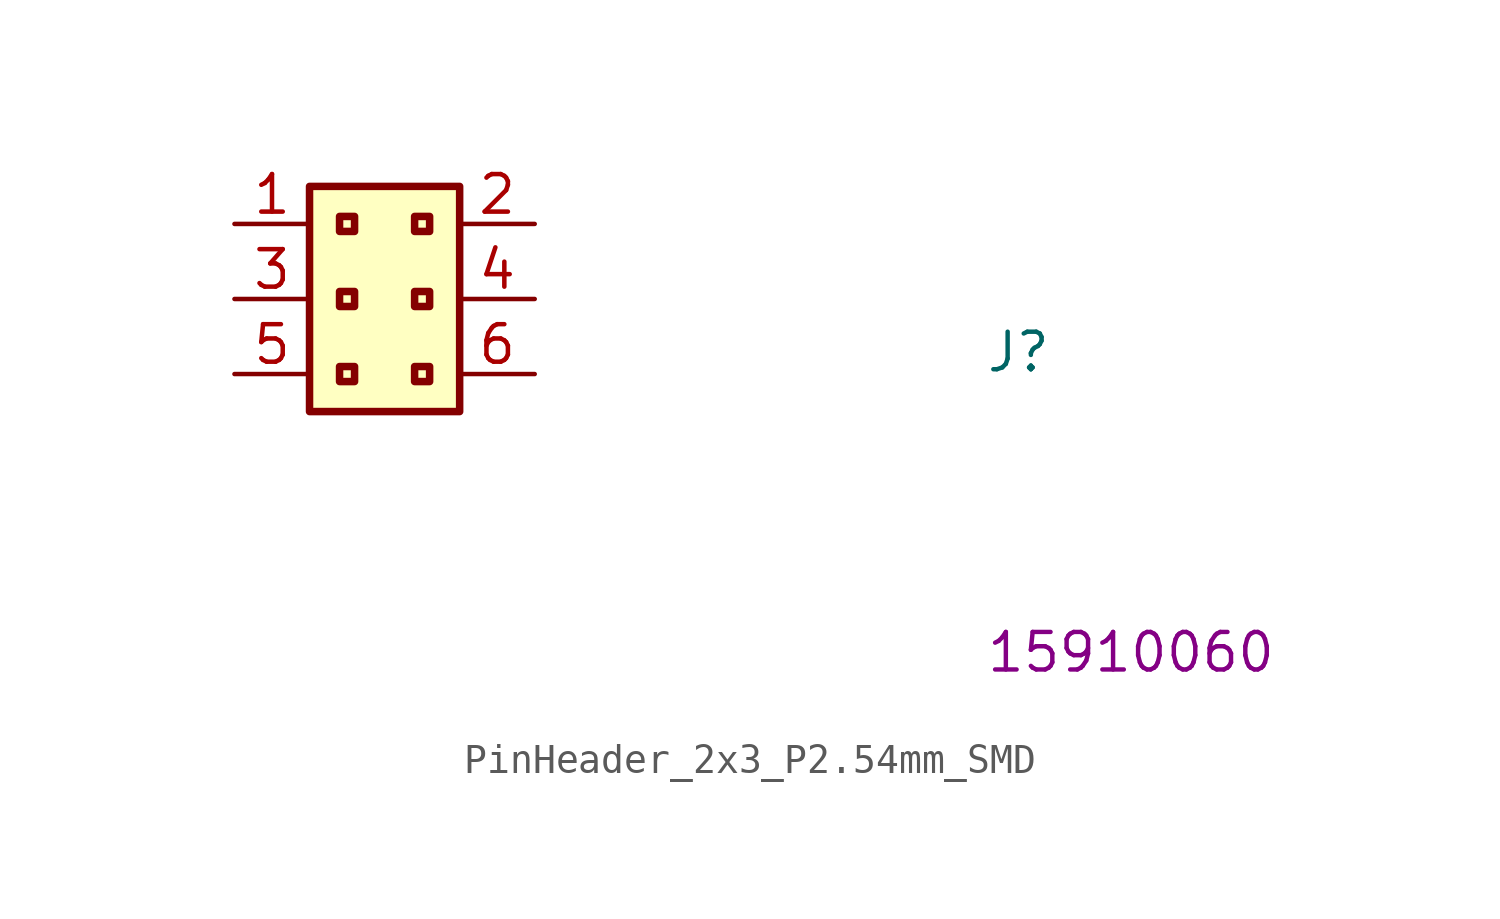
<source format=kicad_sym>
(kicad_symbol_lib
  (version 20220914)
  (generator kicad_symbol_editor)
  (symbol "PinHeader_2x3_P2.54mm_SMD"
    (property "Reference" "J"
      (at 25.4 -5.08 0)
      (effects (font (size 1.27 1.27) (thickness 0.15)) (justify left bottom)))
    (property "MPN" "15910060"
      (at 25.4 -15.24 0)
      (effects (font (size 1.27 1.27) (thickness 0.15)) (justify left bottom)))
    (symbol "PinHeader_2x3_P2.54mm_SMD_1_1"
      (rectangle (start 2.54 1.27) (end 7.62 -6.35) (stroke (width 0.254) (type default)) (fill (type background)))
      (rectangle (start 3.556 -4.826) (end 4.064 -5.334) (stroke (width 0.254) (type default)) (fill (type background)))
      (rectangle (start 3.556 -2.286) (end 4.064 -2.794) (stroke (width 0.254) (type default)) (fill (type background)))
      (rectangle (start 3.556 0.254) (end 4.064 -0.254) (stroke (width 0.254) (type default)) (fill (type background)))
      (rectangle (start 6.096 -4.826) (end 6.604 -5.334) (stroke (width 0.254) (type default)) (fill (type background)))
      (rectangle (start 6.096 -2.286) (end 6.604 -2.794) (stroke (width 0.254) (type default)) (fill (type background)))
      (rectangle (start 6.096 0.254) (end 6.604 -0.254) (stroke (width 0.254) (type default)) (fill (type background)))
      (pin passive line (at 0 0 0) (length 2.54) (name "~" (effects (font (size 1.27 1.27)))) (number "1" (effects (font (size 1.27 1.27)))))
      (pin passive line (at 10.16 0 180) (length 2.54) (name "~" (effects (font (size 1.27 1.27)))) (number "2" (effects (font (size 1.27 1.27)))))
      (pin passive line (at 0 -2.54 0) (length 2.54) (name "~" (effects (font (size 1.27 1.27)))) (number "3" (effects (font (size 1.27 1.27)))))
      (pin passive line (at 10.16 -2.54 180) (length 2.54) (name "~" (effects (font (size 1.27 1.27)))) (number "4" (effects (font (size 1.27 1.27)))))
      (pin passive line (at 0 -5.08 0) (length 2.54) (name "~" (effects (font (size 1.27 1.27)))) (number "5" (effects (font (size 1.27 1.27)))))
      (pin passive line (at 10.16 -5.08 180) (length 2.54) (name "~" (effects (font (size 1.27 1.27)))) (number "6" (effects (font (size 1.27 1.27))))))))
</source>
